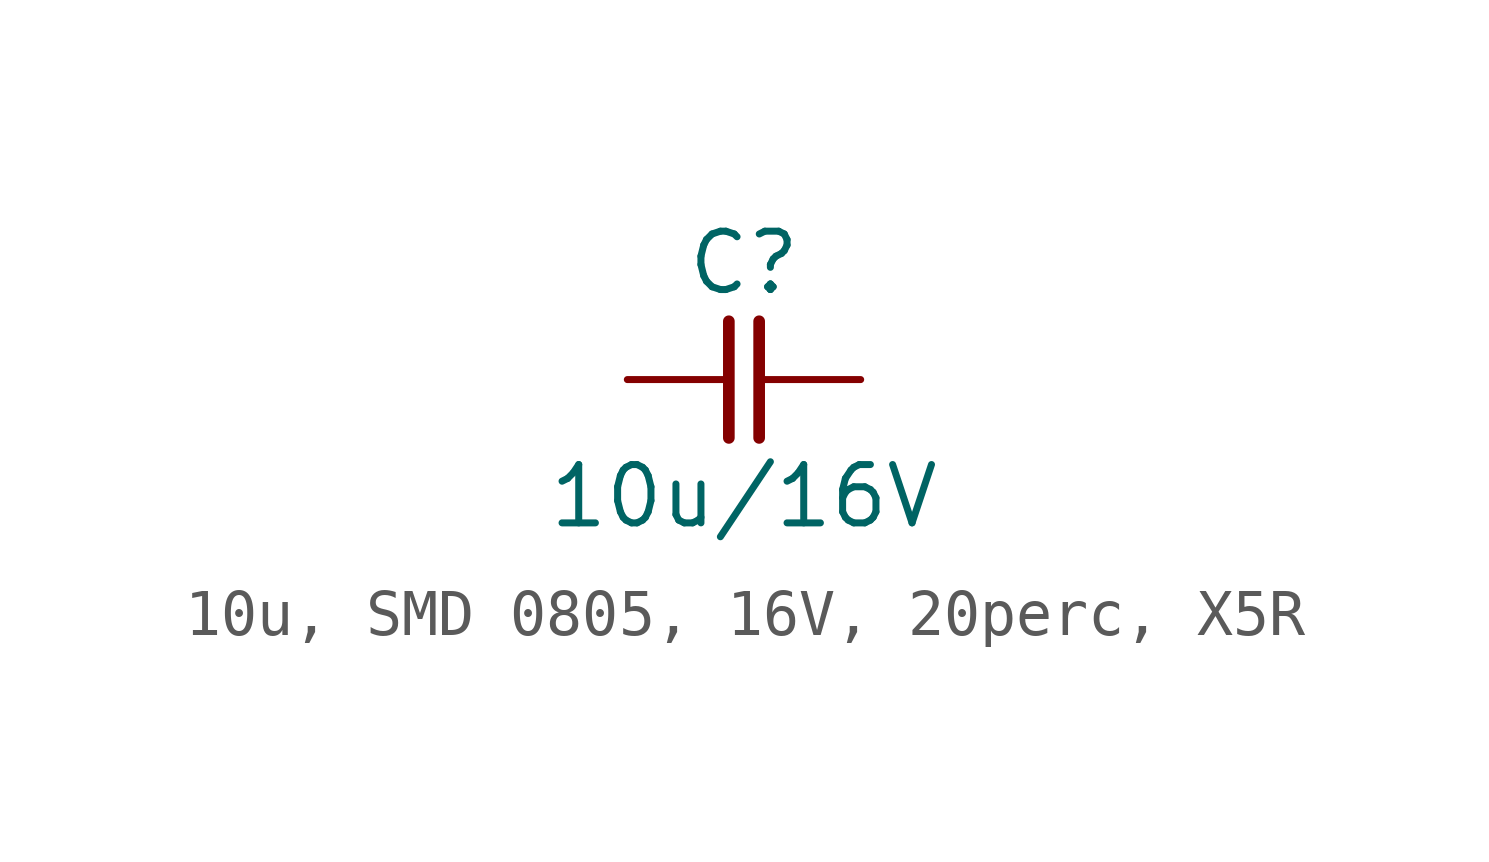
<source format=kicad_sym>
(kicad_symbol_lib
  (version 20231120)
  (generator "kicad_symbol_editor")
  (generator_version "8.0")
  (symbol "10u, SMD 0805, 16V, 20perc, X5R"
    (pin_numbers hide)
    (pin_names
      (offset 0) hide)
    (property "Reference" "C"
      (at 0 2.54 0)
      (effects (font (size 1.27 1.27))))
    (property "Value" "10u/16V"
      (at 0 -2.54 0)
      (effects (font (size 1.27 1.27))))
    (symbol "10u, SMD 0805, 16V, 20perc, X5R_0_1"
      (polyline (pts (xy -0.33 1.27) (xy -0.33 -1.27)) (stroke (width 0.254) (type default)) (fill (type none)))
      (polyline (pts (xy 0.33 1.27) (xy 0.33 -1.27)) (stroke (width 0.254) (type default)) (fill (type none))))
    (symbol "10u, SMD 0805, 16V, 20perc, X5R_1_1"
      (pin passive line (at -2.54 0 0) (length 2.21) (name "1" (effects (font (size 1.27 1.27)))) (number "1" (effects (font (size 1.27 1.27)))))
      (pin passive line (at 2.54 0 180) (length 2.21) (name "2" (effects (font (size 1.27 1.27)))) (number "2" (effects (font (size 1.27 1.27))))))))
</source>
